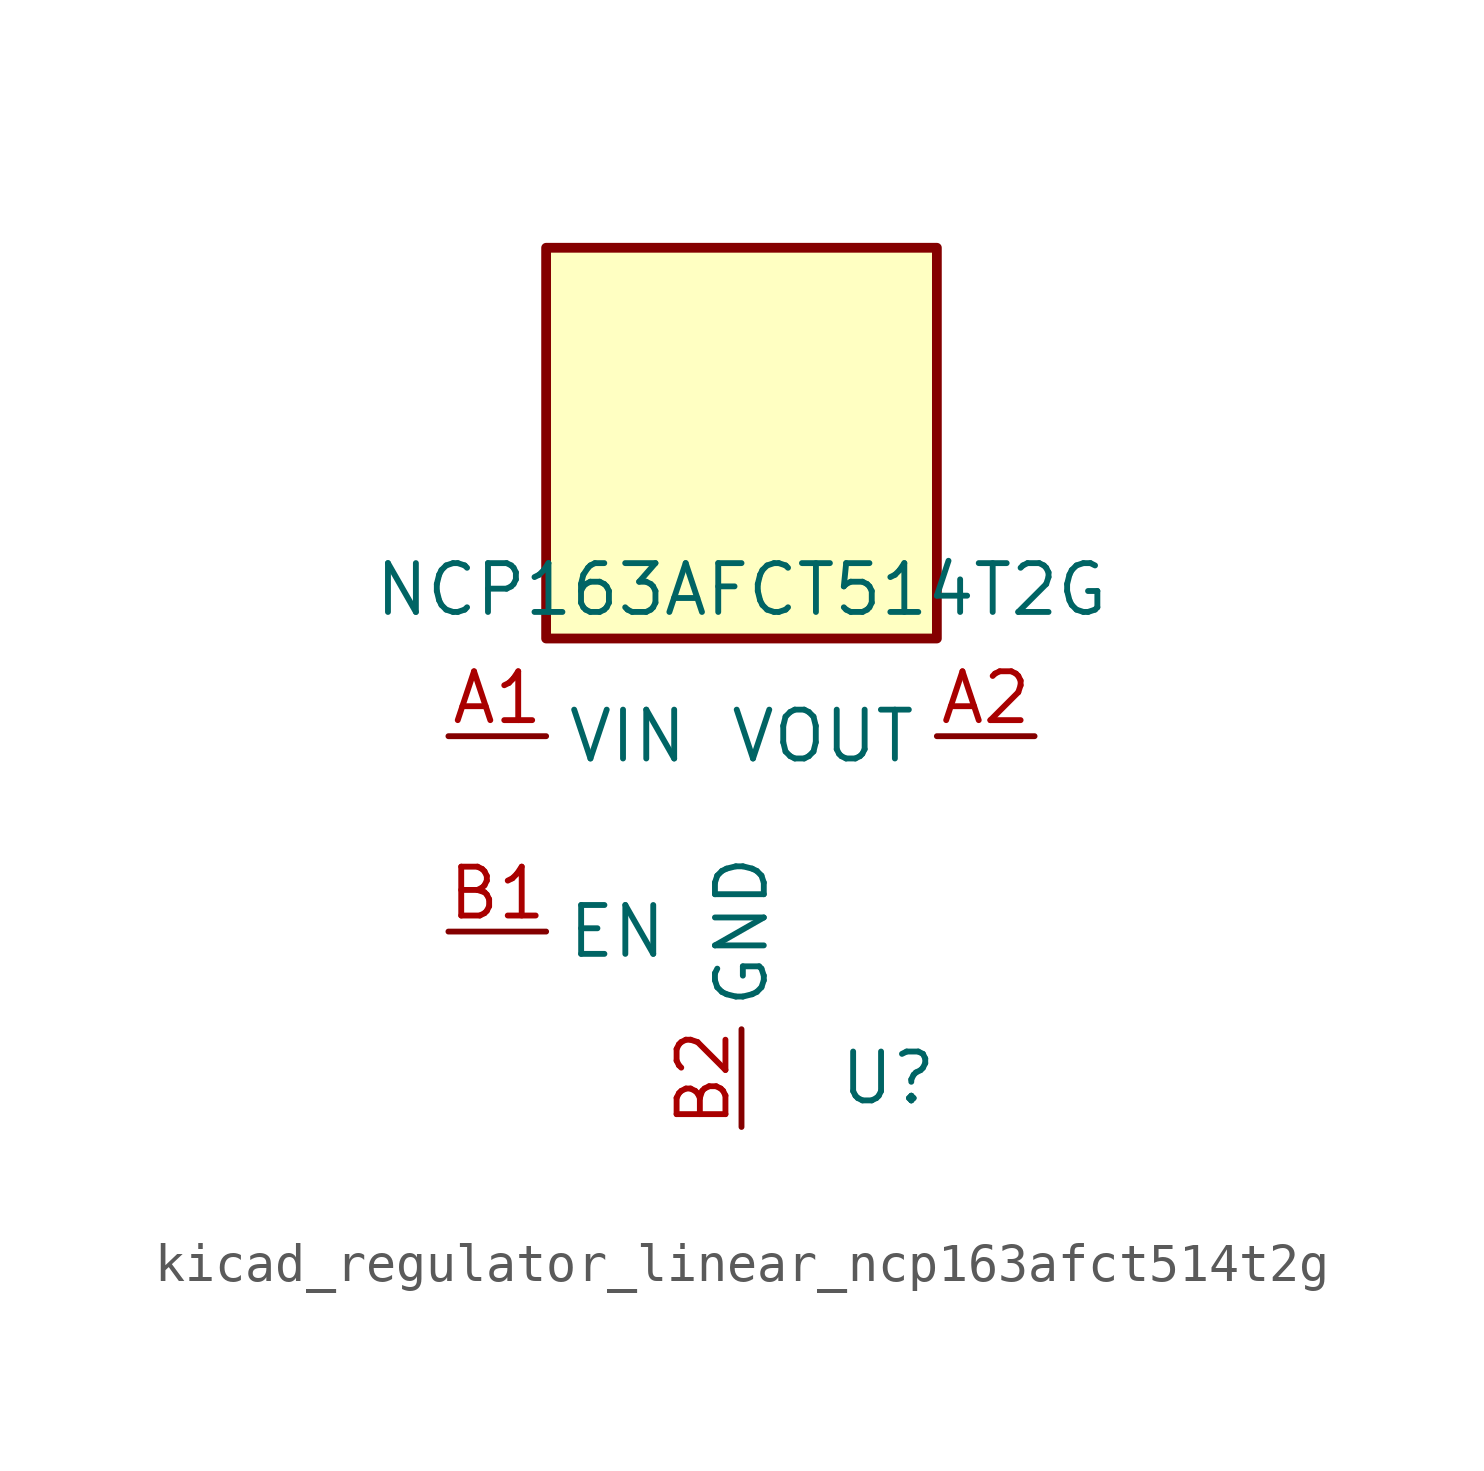
<source format=kicad_sym>
(kicad_symbol_lib
  (version 20220914)
  (generator kicad_symbol_editor)
  (symbol "kicad_regulator_linear_ncp163afct514t2g"
    (property "Reference" "U"
      (at 3.81 -6.35 0)
      (effects (font (size 1.27 1.27))))
    (property "Value" "NCP163AFCT514T2G"
      (at 0 6.35 0)
      (effects (font (size 1.27 1.27))))
    (symbol "kicad_regulator_linear_ncp163afct514t2g_0_1"
      (rectangle (start 5.08 15.24) (end -5.08 5.08) (stroke (width 0.254) (type default)) (fill (type background))))
    (symbol "kicad_regulator_linear_ncp163afct514t2g_1_1"
      (pin power_in line (at -7.62 2.54 0) (length 2.54) (name "VIN" (effects (font (size 1.27 1.27)))) (number "A1" (effects (font (size 1.27 1.27)))))
      (pin power_out line (at 7.62 2.54 180) (length 2.54) (name "VOUT" (effects (font (size 1.27 1.27)))) (number "A2" (effects (font (size 1.27 1.27)))))
      (pin input line (at -7.62 -2.54 0) (length 2.54) (name "EN" (effects (font (size 1.27 1.27)))) (number "B1" (effects (font (size 1.27 1.27)))))
      (pin power_in line (at 0 -7.62 90) (length 2.54) (name "GND" (effects (font (size 1.27 1.27)))) (number "B2" (effects (font (size 1.27 1.27))))))))
</source>
